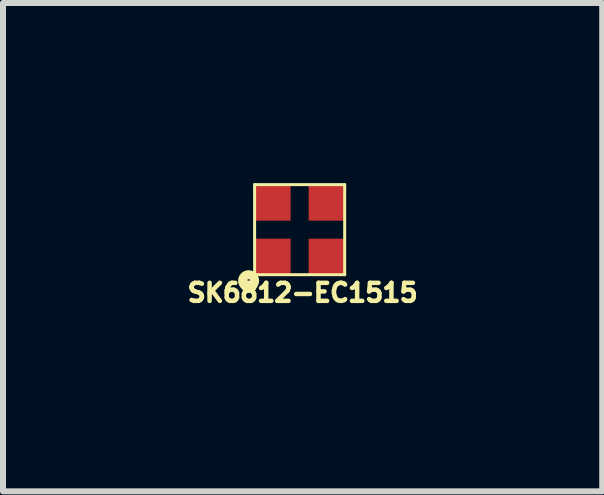
<source format=kicad_pcb>
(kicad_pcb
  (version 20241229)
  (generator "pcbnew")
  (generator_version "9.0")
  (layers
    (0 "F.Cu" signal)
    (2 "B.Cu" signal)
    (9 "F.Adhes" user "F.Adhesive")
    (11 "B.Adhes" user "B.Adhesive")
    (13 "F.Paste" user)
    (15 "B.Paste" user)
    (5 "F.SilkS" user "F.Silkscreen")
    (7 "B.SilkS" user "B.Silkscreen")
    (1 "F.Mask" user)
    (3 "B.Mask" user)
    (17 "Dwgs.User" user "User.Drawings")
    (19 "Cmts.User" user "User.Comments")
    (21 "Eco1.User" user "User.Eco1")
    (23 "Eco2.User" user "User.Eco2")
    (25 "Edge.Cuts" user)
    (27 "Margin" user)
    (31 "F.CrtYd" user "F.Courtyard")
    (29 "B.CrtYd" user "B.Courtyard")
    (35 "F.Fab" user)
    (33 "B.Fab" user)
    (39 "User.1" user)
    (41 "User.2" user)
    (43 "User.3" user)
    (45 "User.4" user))
  (footprint "SK6812-EC1515"
    (layer "F.Cu")
    (at 1.49 1.225)
    (property "Reference" "SK6812-EC1515" (at 0.5 0.6 0) (unlocked yes) (layer "F.SilkS") (effects (font (size 0.3 0.3) (thickness 0.075))))
    (attr through_hole)
    (fp_line (start -0.3 -1.2) (end 1.2 -1.2) (stroke (width 0.05) (type solid)) (layer "F.SilkS"))
    (fp_line (start -0.3 0.3) (end -0.3 -1.2) (stroke (width 0.05) (type solid)) (layer "F.SilkS"))
    (fp_line (start 1.2 -1.2) (end 1.2 0.3) (stroke (width 0.05) (type solid)) (layer "F.SilkS"))
    (fp_line (start 1.2 0.3) (end -0.3 0.3) (stroke (width 0.05) (type solid)) (layer "F.SilkS"))
    (fp_circle (center -0.4 0.4) (end -0.4 0.3) (stroke (width 0.15) (type solid)) (fill no) (layer "F.SilkS"))
    (pad "1" smd rect (at 0 0) (size 0.6 0.6) (layers "F.Cu" "F.Mask" "F.Paste"))
    (pad "2" smd rect (at 0.9 0) (size 0.6 0.6) (layers "F.Cu" "F.Mask" "F.Paste"))
    (pad "3" smd rect (at 0.9 -0.9) (size 0.6 0.6) (layers "F.Cu" "F.Mask" "F.Paste"))
    (pad "4" smd rect (at 0 -0.9) (size 0.6 0.6) (layers "F.Cu" "F.Mask" "F.Paste")))
  (gr_rect
    (start -3 -3)
    (end 6.979 5.132)
    (stroke (width 0.1) (type default))
    (fill no)
    (layer "Edge.Cuts")))
</source>
